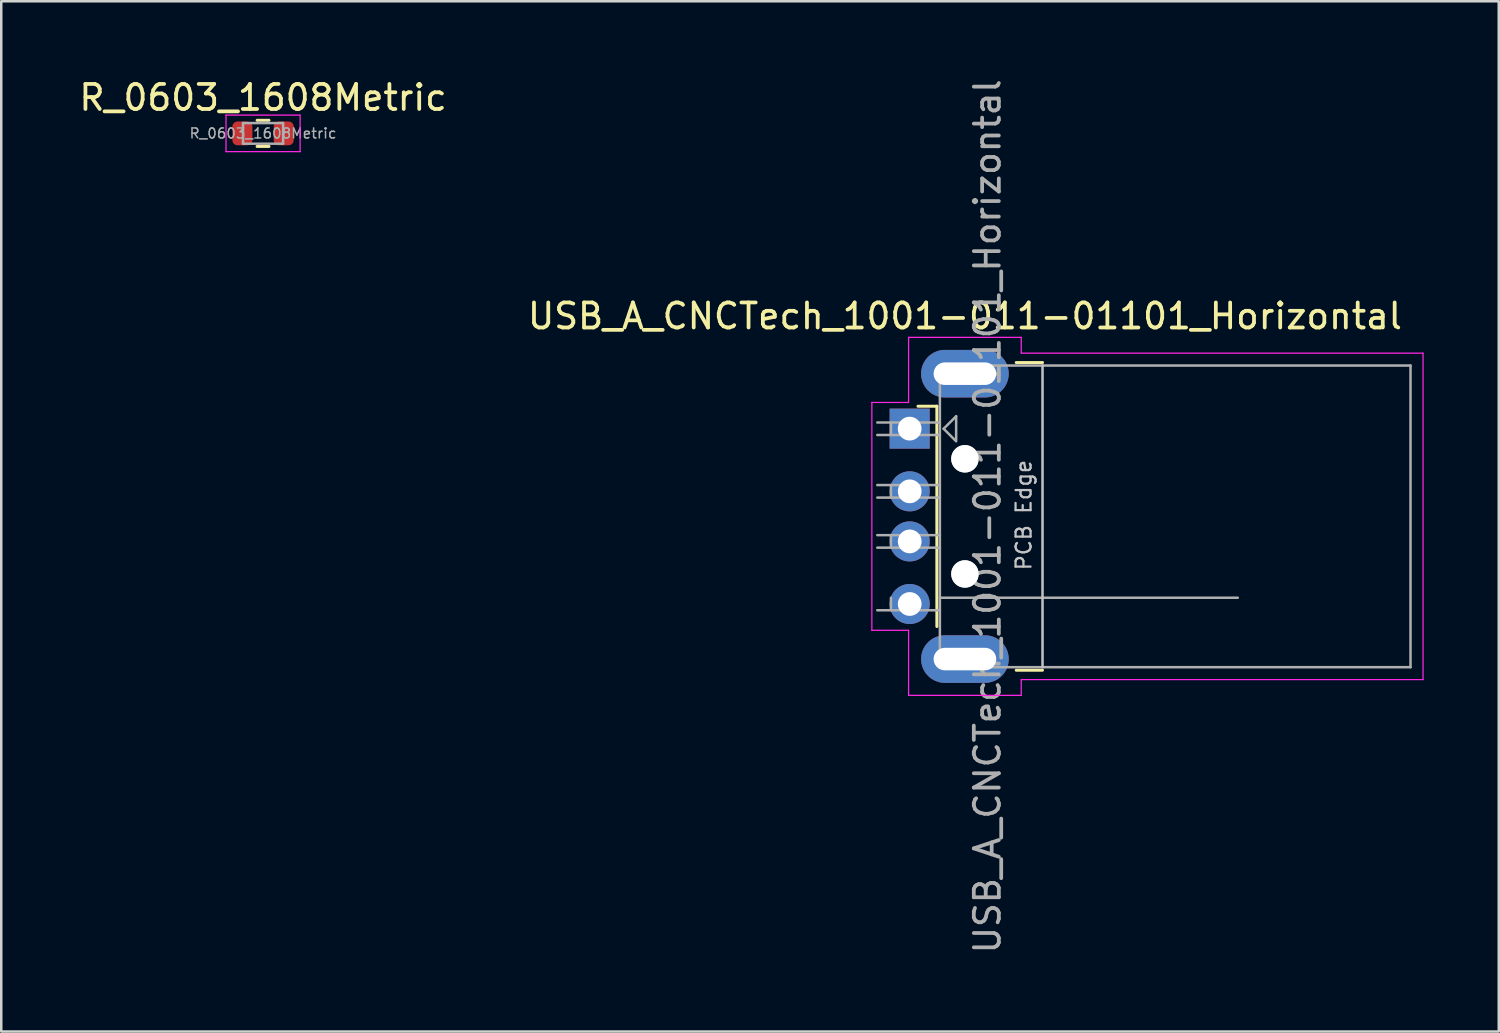
<source format=kicad_pcb>
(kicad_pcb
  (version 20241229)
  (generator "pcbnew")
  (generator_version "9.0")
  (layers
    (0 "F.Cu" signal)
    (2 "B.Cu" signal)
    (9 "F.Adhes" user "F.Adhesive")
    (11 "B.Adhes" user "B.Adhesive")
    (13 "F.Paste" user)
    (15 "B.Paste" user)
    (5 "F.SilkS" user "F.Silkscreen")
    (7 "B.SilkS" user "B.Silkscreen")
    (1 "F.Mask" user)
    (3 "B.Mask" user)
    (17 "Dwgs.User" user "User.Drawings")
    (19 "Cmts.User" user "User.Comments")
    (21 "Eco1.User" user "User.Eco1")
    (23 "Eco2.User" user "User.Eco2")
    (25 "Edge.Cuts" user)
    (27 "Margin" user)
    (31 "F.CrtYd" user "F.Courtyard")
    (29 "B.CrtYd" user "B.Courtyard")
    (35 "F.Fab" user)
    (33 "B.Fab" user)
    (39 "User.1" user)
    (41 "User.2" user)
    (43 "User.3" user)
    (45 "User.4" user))
  (footprint "USB_A_CNCTech_1001-011-01101_Horizontal"
    (layer "F.Cu")
    (at 42.394 17.577)
    (property "Reference" "USB_A_CNCTech_1001-011-01101_Horizontal" (at -6.9 -8 0) (layer "F.SilkS") (effects (font (size 1 1) (thickness 0.15))))
    (attr smd)
    (fp_line (start -8.02 -4.4) (end -8.775 -4.4) (stroke (width 0.12) (type solid)) (layer "F.SilkS"))
    (fp_line (start -8.02 -4.4) (end -8.02 4.4) (stroke (width 0.12) (type solid)) (layer "F.SilkS"))
    (fp_line (start -4.85 -6.145) (end -3.8 -6.145) (stroke (width 0.12) (type solid)) (layer "F.SilkS"))
    (fp_line (start -4.85 6.145) (end -3.8 6.145) (stroke (width 0.12) (type solid)) (layer "F.SilkS"))
    (fp_line (start -3.8 6.025) (end -3.8 -6.025) (stroke (width 0.1) (type solid)) (layer "Dwgs.User"))
    (fp_line (start -10.617 -4.55) (end -9.15 -4.55) (stroke (width 0.05) (type solid)) (layer "F.CrtYd"))
    (fp_line (start -10.617 4.55) (end -10.617 -4.55) (stroke (width 0.05) (type solid)) (layer "F.CrtYd"))
    (fp_line (start -10.617 4.55) (end -9.15 4.55) (stroke (width 0.05) (type solid)) (layer "F.CrtYd"))
    (fp_line (start -9.15 -7.15) (end -9.15 -4.55) (stroke (width 0.05) (type solid)) (layer "F.CrtYd"))
    (fp_line (start -9.15 -7.15) (end -4.65 -7.15) (stroke (width 0.05) (type solid)) (layer "F.CrtYd"))
    (fp_line (start -9.15 4.55) (end -9.15 7.15) (stroke (width 0.05) (type solid)) (layer "F.CrtYd"))
    (fp_line (start -9.15 7.15) (end -4.65 7.15) (stroke (width 0.05) (type solid)) (layer "F.CrtYd"))
    (fp_line (start -4.65 -6.52) (end -4.65 -7.15) (stroke (width 0.05) (type solid)) (layer "F.CrtYd"))
    (fp_line (start -4.65 -6.52) (end 11.4 -6.52) (stroke (width 0.05) (type solid)) (layer "F.CrtYd"))
    (fp_line (start -4.65 6.52) (end 11.4 6.52) (stroke (width 0.05) (type solid)) (layer "F.CrtYd"))
    (fp_line (start -4.65 7.15) (end -4.65 6.52) (stroke (width 0.05) (type solid)) (layer "F.CrtYd"))
    (fp_line (start 11.4 6.52) (end 11.4 -6.52) (stroke (width 0.05) (type solid)) (layer "F.CrtYd"))
    (fp_line (start -10.4 -3.75) (end -7.9 -3.75) (stroke (width 0.1) (type solid)) (layer "F.Fab"))
    (fp_line (start -10.4 -3.25) (end -7.9 -3.25) (stroke (width 0.1) (type solid)) (layer "F.Fab"))
    (fp_line (start -10.4 -1.25) (end -7.9 -1.25) (stroke (width 0.1) (type solid)) (layer "F.Fab"))
    (fp_line (start -10.4 -0.75) (end -7.9 -0.75) (stroke (width 0.1) (type solid)) (layer "F.Fab"))
    (fp_line (start -10.4 0.75) (end -7.9 0.75) (stroke (width 0.1) (type solid)) (layer "F.Fab"))
    (fp_line (start -10.4 1.25) (end -7.9 1.25) (stroke (width 0.1) (type solid)) (layer "F.Fab"))
    (fp_line (start -10.4 3.75) (end -7.9 3.75) (stroke (width 0.1) (type solid)) (layer "F.Fab"))
    (fp_line (start -9.855 -3.25) (end -9.855 -3.75) (stroke (width 0.1) (type solid)) (layer "F.Fab"))
    (fp_line (start -9.855 -0.75) (end -9.855 -1.25) (stroke (width 0.1) (type solid)) (layer "F.Fab"))
    (fp_line (start -9.855 1.25) (end -9.855 0.75) (stroke (width 0.1) (type solid)) (layer "F.Fab"))
    (fp_line (start -9.855 3.75) (end -9.855 3.25) (stroke (width 0.1) (type solid)) (layer "F.Fab"))
    (fp_line (start -7.9 -6.025) (end 10.9 -6.025) (stroke (width 0.1) (type solid)) (layer "F.Fab"))
    (fp_line (start -7.9 6.025) (end -7.9 -6.025) (stroke (width 0.1) (type solid)) (layer "F.Fab"))
    (fp_line (start -7.9 6.025) (end 10.9 6.025) (stroke (width 0.1) (type solid)) (layer "F.Fab"))
    (fp_line (start -7.75 -3.5) (end -7.25 -4) (stroke (width 0.1) (type solid)) (layer "F.Fab"))
    (fp_line (start -7.75 -3.5) (end -7.25 -3) (stroke (width 0.1) (type solid)) (layer "F.Fab"))
    (fp_line (start -7.25 -4) (end -7.25 -3.05) (stroke (width 0.1) (type solid)) (layer "F.Fab"))
    (fp_line (start 4 3.25) (end -7.9 3.25) (stroke (width 0.1) (type solid)) (layer "F.Fab"))
    (fp_line (start 10.9 6.025) (end 10.9 -6.025) (stroke (width 0.1) (type solid)) (layer "F.Fab"))
    (fp_circle (center -6.9 -2.3) (end -6.9 -2.8) (stroke (width 0.1) (type solid)) (fill no) (layer "F.Fab"))
    (fp_circle (center -6.9 2.3) (end -6.9 2.8) (stroke (width 0.1) (type solid)) (fill no) (layer "F.Fab"))
    (fp_text user "PCB Edge" (at -4.55 -0.05 90) (layer "Dwgs.User") (effects (font (size 0.6 0.6) (thickness 0.09))))
    (fp_text user "${REFERENCE}" (at -6 0 90) (layer "F.Fab") (effects (font (size 1 1) (thickness 0.15))))
    (pad "" np_thru_hole circle (at -6.9 -2.3) (size 1.1 1.1) (drill 1.1) (layers "*.Cu" "*.Mask"))
    (pad "" np_thru_hole circle (at -6.9 2.3) (size 1.1 1.1) (drill 1.1) (layers "*.Cu" "*.Mask"))
    (pad "1" thru_hole rect (at -9.107 -3.505) (size 1.6 1.6) (drill 0.95) (layers "*.Cu" "*.Mask"))
    (pad "2" thru_hole circle (at -9.105 -1) (size 1.6 1.6) (drill 0.95) (layers "*.Cu" "*.Mask"))
    (pad "3" thru_hole circle (at -9.105 1) (size 1.6 1.6) (drill 0.95) (layers "*.Cu" "*.Mask"))
    (pad "4" thru_hole circle (at -9.105 3.5) (size 1.6 1.6) (drill 0.95) (layers "*.Cu" "*.Mask"))
    (pad "5" thru_hole oval (at -6.9 -5.7) (size 3.5 1.9) (drill oval 2.5 0.9) (layers "*.Cu" "*.Mask"))
    (pad "5" thru_hole oval (at -6.9 5.7) (size 3.5 1.9) (drill oval 2.5 0.9) (layers "*.Cu" "*.Mask")))
  (footprint "R_0603_1608Metric"
    (layer "F.Cu")
    (at 7.458 2.278)
    (property "Reference" "R_0603_1608Metric" (at 0 -1.43 0) (layer "F.SilkS") (effects (font (size 1 1) (thickness 0.15))))
    (attr smd)
    (fp_line (start -0.237 -0.522) (end 0.237 -0.522) (stroke (width 0.12) (type solid)) (layer "F.SilkS"))
    (fp_line (start -0.237 0.522) (end 0.237 0.522) (stroke (width 0.12) (type solid)) (layer "F.SilkS"))
    (fp_line (start -1.48 -0.73) (end 1.48 -0.73) (stroke (width 0.05) (type solid)) (layer "F.CrtYd"))
    (fp_line (start -1.48 0.73) (end -1.48 -0.73) (stroke (width 0.05) (type solid)) (layer "F.CrtYd"))
    (fp_line (start 1.48 -0.73) (end 1.48 0.73) (stroke (width 0.05) (type solid)) (layer "F.CrtYd"))
    (fp_line (start 1.48 0.73) (end -1.48 0.73) (stroke (width 0.05) (type solid)) (layer "F.CrtYd"))
    (fp_line (start -0.8 -0.412) (end 0.8 -0.412) (stroke (width 0.1) (type solid)) (layer "F.Fab"))
    (fp_line (start -0.8 0.412) (end -0.8 -0.412) (stroke (width 0.1) (type solid)) (layer "F.Fab"))
    (fp_line (start 0.8 -0.412) (end 0.8 0.412) (stroke (width 0.1) (type solid)) (layer "F.Fab"))
    (fp_line (start 0.8 0.412) (end -0.8 0.412) (stroke (width 0.1) (type solid)) (layer "F.Fab"))
    (fp_text user "${REFERENCE}" (at 0 0 0) (layer "F.Fab") (effects (font (size 0.4 0.4) (thickness 0.06))))
    (pad "1" smd roundrect (at -0.825 0) (size 0.8 0.95) (layers "F.Cu" "F.Mask" "F.Paste") (roundrect_rratio 0.25))
    (pad "2" smd roundrect (at 0.825 0) (size 0.8 0.95) (layers "F.Cu" "F.Mask" "F.Paste") (roundrect_rratio 0.25)))
  (gr_rect
    (start -3 -3)
    (end 56.819 38.155)
    (stroke (width 0.1) (type default))
    (fill no)
    (layer "Edge.Cuts")))
</source>
